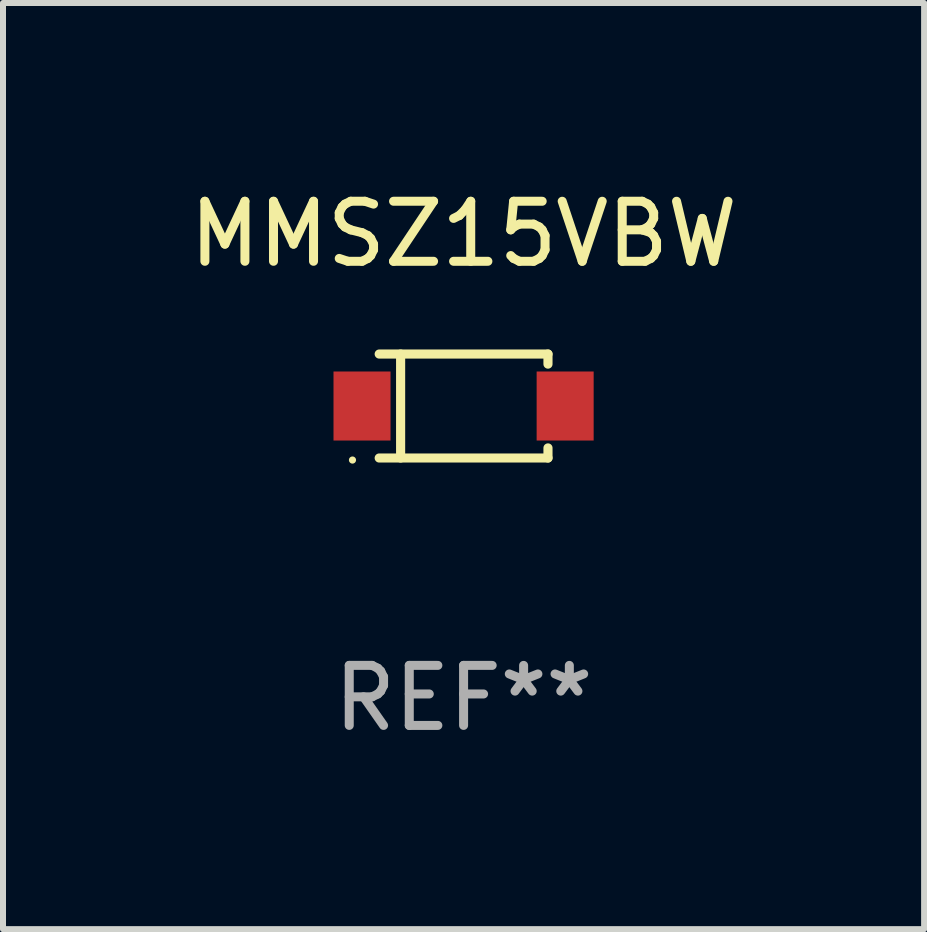
<source format=kicad_pcb>
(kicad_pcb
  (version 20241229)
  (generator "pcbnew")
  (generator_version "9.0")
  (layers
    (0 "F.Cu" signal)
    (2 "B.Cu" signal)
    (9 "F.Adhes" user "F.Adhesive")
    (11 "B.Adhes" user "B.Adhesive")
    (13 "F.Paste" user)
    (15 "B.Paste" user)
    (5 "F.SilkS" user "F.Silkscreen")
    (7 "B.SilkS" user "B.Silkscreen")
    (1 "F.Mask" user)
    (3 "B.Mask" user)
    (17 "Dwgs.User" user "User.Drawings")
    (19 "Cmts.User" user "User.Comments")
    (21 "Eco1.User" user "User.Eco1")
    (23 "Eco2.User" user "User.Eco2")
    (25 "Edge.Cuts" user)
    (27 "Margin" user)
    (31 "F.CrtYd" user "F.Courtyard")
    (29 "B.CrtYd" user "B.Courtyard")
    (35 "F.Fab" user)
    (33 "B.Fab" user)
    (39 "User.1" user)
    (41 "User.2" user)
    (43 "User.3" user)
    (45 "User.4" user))
  (footprint "MMSZ15VBW"
    (layer "F.Cu")
    (at 4.673 3.714)
    (property "Reference" "MMSZ15VBW" (at 0 -2.866 0) (layer "F.SilkS") (effects (font (size 1 1) (thickness 0.15))))
    (attr through_hole)
    (fp_line (start -1.406 -0.866) (end 1.406 -0.866) (stroke (width 0.152) (type solid)) (layer "F.SilkS"))
    (fp_line (start -1.406 0.866) (end 1.406 0.866) (stroke (width 0.152) (type solid)) (layer "F.SilkS"))
    (fp_line (start -1.049 -0.866) (end -1.049 0.866) (stroke (width 0.152) (type solid)) (layer "F.SilkS"))
    (fp_line (start 1.406 -0.866) (end 1.406 -0.698) (stroke (width 0.152) (type solid)) (layer "F.SilkS"))
    (fp_line (start 1.406 0.866) (end 1.406 0.698) (stroke (width 0.152) (type solid)) (layer "F.SilkS"))
    (fp_circle (center -1.851 0.9) (end -1.821 0.9) (stroke (width 0.06) (type solid)) (fill no) (layer "F.SilkS"))
    (fp_text user "REF**" (at 0 4.866 0) (layer "F.Fab") (effects (font (size 1 1) (thickness 0.15))))
    (pad "1" smd rect (at -1.692 0) (size 0.95 1.15) (layers "F.Cu" "F.Mask" "F.Paste"))
    (pad "2" smd rect (at 1.692 0) (size 0.95 1.15) (layers "F.Cu" "F.Mask" "F.Paste")))
  (gr_rect
    (start -3 -3)
    (end 12.345 12.429)
    (stroke (width 0.1) (type default))
    (fill no)
    (layer "Edge.Cuts")))
</source>
